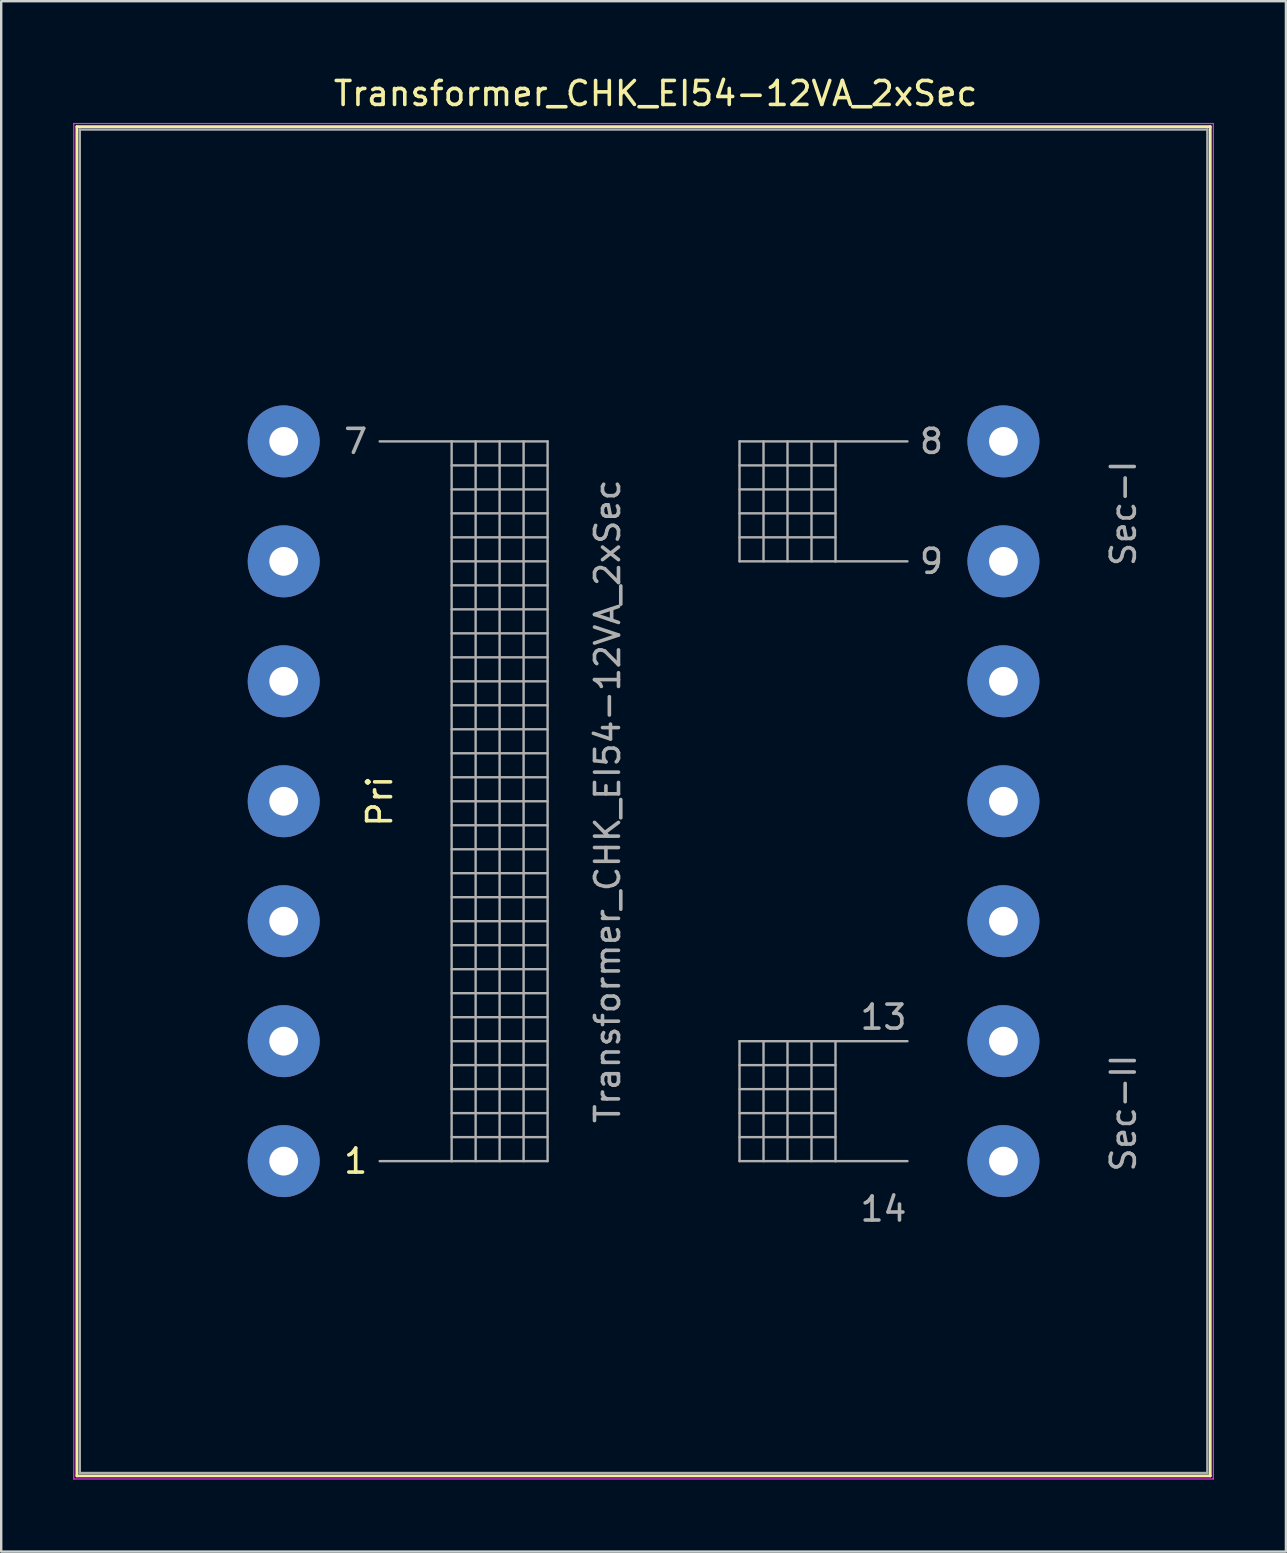
<source format=kicad_pcb>
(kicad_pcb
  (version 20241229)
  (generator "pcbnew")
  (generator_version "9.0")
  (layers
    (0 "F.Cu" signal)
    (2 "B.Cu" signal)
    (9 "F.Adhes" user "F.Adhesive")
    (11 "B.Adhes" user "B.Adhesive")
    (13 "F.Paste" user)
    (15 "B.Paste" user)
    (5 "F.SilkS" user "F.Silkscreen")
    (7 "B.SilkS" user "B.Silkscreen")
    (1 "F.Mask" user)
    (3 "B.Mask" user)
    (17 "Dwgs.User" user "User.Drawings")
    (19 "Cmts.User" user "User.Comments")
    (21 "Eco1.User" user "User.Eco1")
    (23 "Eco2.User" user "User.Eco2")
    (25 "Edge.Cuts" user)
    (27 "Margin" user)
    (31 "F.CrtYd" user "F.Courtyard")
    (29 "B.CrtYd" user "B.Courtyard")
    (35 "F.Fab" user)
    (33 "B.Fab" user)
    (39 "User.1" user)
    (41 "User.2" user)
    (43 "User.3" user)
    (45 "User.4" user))
  (footprint "Transformer_CHK_EI54-12VA_2xSec"
    (layer "F.Cu")
    (at 8.775 45.348)
    (property "Reference" "Transformer_CHK_EI54-12VA_2xSec" (at 15.5 -44.5 0) (layer "F.SilkS") (effects (font (size 1 1) (thickness 0.15))))
    (attr through_hole)
    (fp_line (start -8.62 -43.12) (end -8.62 13.12) (stroke (width 0.12) (type solid)) (layer "F.SilkS"))
    (fp_line (start -8.62 -43.12) (end 38.62 -43.12) (stroke (width 0.12) (type solid)) (layer "F.SilkS"))
    (fp_line (start 38.62 13.12) (end -8.62 13.12) (stroke (width 0.12) (type solid)) (layer "F.SilkS"))
    (fp_line (start 38.62 13.12) (end 38.62 -43.12) (stroke (width 0.12) (type solid)) (layer "F.SilkS"))
    (fp_line (start -8.75 -43.25) (end -8.75 13.25) (stroke (width 0.05) (type solid)) (layer "F.CrtYd"))
    (fp_line (start -8.75 -43.25) (end 38.75 -43.25) (stroke (width 0.05) (type solid)) (layer "F.CrtYd"))
    (fp_line (start 38.75 13.25) (end -8.75 13.25) (stroke (width 0.05) (type solid)) (layer "F.CrtYd"))
    (fp_line (start 38.75 13.25) (end 38.75 -43.25) (stroke (width 0.05) (type solid)) (layer "F.CrtYd"))
    (fp_line (start -8.5 -43) (end -8.5 13) (stroke (width 0.1) (type solid)) (layer "F.Fab"))
    (fp_line (start -8.5 13) (end 38.5 13) (stroke (width 0.1) (type solid)) (layer "F.Fab"))
    (fp_line (start 4 -30) (end 7 -30) (stroke (width 0.1) (type solid)) (layer "F.Fab"))
    (fp_line (start 7 -30) (end 7 0) (stroke (width 0.1) (type solid)) (layer "F.Fab"))
    (fp_line (start 7 -30) (end 11 -30) (stroke (width 0.1) (type solid)) (layer "F.Fab"))
    (fp_line (start 7 -29) (end 11 -29) (stroke (width 0.1) (type solid)) (layer "F.Fab"))
    (fp_line (start 7 -27) (end 11 -27) (stroke (width 0.1) (type solid)) (layer "F.Fab"))
    (fp_line (start 7 -25) (end 11 -25) (stroke (width 0.1) (type solid)) (layer "F.Fab"))
    (fp_line (start 7 -23) (end 11 -23) (stroke (width 0.1) (type solid)) (layer "F.Fab"))
    (fp_line (start 7 -21) (end 11 -21) (stroke (width 0.1) (type solid)) (layer "F.Fab"))
    (fp_line (start 7 -19) (end 11 -19) (stroke (width 0.1) (type solid)) (layer "F.Fab"))
    (fp_line (start 7 -17) (end 11 -17) (stroke (width 0.1) (type solid)) (layer "F.Fab"))
    (fp_line (start 7 -15) (end 11 -15) (stroke (width 0.1) (type solid)) (layer "F.Fab"))
    (fp_line (start 7 -13) (end 11 -13) (stroke (width 0.1) (type solid)) (layer "F.Fab"))
    (fp_line (start 7 -11) (end 11 -11) (stroke (width 0.1) (type solid)) (layer "F.Fab"))
    (fp_line (start 7 -9) (end 11 -9) (stroke (width 0.1) (type solid)) (layer "F.Fab"))
    (fp_line (start 7 -7) (end 11 -7) (stroke (width 0.1) (type solid)) (layer "F.Fab"))
    (fp_line (start 7 -5) (end 11 -5) (stroke (width 0.1) (type solid)) (layer "F.Fab"))
    (fp_line (start 7 -4) (end 7 -3) (stroke (width 0.1) (type solid)) (layer "F.Fab"))
    (fp_line (start 7 -3) (end 11 -3) (stroke (width 0.1) (type solid)) (layer "F.Fab"))
    (fp_line (start 7 -1) (end 11 -1) (stroke (width 0.1) (type solid)) (layer "F.Fab"))
    (fp_line (start 7 0) (end 4 0) (stroke (width 0.1) (type solid)) (layer "F.Fab"))
    (fp_line (start 8 -30) (end 8 0) (stroke (width 0.1) (type solid)) (layer "F.Fab"))
    (fp_line (start 9 -30) (end 9 0) (stroke (width 0.1) (type solid)) (layer "F.Fab"))
    (fp_line (start 10 -12) (end 7 -12) (stroke (width 0.1) (type solid)) (layer "F.Fab"))
    (fp_line (start 10 -12) (end 11 -12) (stroke (width 0.1) (type solid)) (layer "F.Fab"))
    (fp_line (start 10 0) (end 10 -30) (stroke (width 0.1) (type solid)) (layer "F.Fab"))
    (fp_line (start 11 -30) (end 11 0) (stroke (width 0.1) (type solid)) (layer "F.Fab"))
    (fp_line (start 11 -28) (end 7 -28) (stroke (width 0.1) (type solid)) (layer "F.Fab"))
    (fp_line (start 11 -26) (end 7 -26) (stroke (width 0.1) (type solid)) (layer "F.Fab"))
    (fp_line (start 11 -24) (end 7 -24) (stroke (width 0.1) (type solid)) (layer "F.Fab"))
    (fp_line (start 11 -22) (end 7 -22) (stroke (width 0.1) (type solid)) (layer "F.Fab"))
    (fp_line (start 11 -20) (end 7 -20) (stroke (width 0.1) (type solid)) (layer "F.Fab"))
    (fp_line (start 11 -18) (end 7 -18) (stroke (width 0.1) (type solid)) (layer "F.Fab"))
    (fp_line (start 11 -16) (end 7 -16) (stroke (width 0.1) (type solid)) (layer "F.Fab"))
    (fp_line (start 11 -14) (end 7 -14) (stroke (width 0.1) (type solid)) (layer "F.Fab"))
    (fp_line (start 11 -10) (end 7 -10) (stroke (width 0.1) (type solid)) (layer "F.Fab"))
    (fp_line (start 11 -8) (end 7 -8) (stroke (width 0.1) (type solid)) (layer "F.Fab"))
    (fp_line (start 11 -6) (end 7 -6) (stroke (width 0.1) (type solid)) (layer "F.Fab"))
    (fp_line (start 11 -4) (end 7 -4) (stroke (width 0.1) (type solid)) (layer "F.Fab"))
    (fp_line (start 11 -2) (end 7 -2) (stroke (width 0.1) (type solid)) (layer "F.Fab"))
    (fp_line (start 11 0) (end 7 0) (stroke (width 0.1) (type solid)) (layer "F.Fab"))
    (fp_line (start 19 -30) (end 19 -25) (stroke (width 0.1) (type solid)) (layer "F.Fab"))
    (fp_line (start 19 -29) (end 23 -29) (stroke (width 0.1) (type solid)) (layer "F.Fab"))
    (fp_line (start 19 -27) (end 23 -27) (stroke (width 0.1) (type solid)) (layer "F.Fab"))
    (fp_line (start 19 -25) (end 23 -25) (stroke (width 0.1) (type solid)) (layer "F.Fab"))
    (fp_line (start 19 -5) (end 19 0) (stroke (width 0.1) (type solid)) (layer "F.Fab"))
    (fp_line (start 19 -4) (end 23 -4) (stroke (width 0.1) (type solid)) (layer "F.Fab"))
    (fp_line (start 19 -2) (end 23 -2) (stroke (width 0.1) (type solid)) (layer "F.Fab"))
    (fp_line (start 19 0) (end 23 0) (stroke (width 0.1) (type solid)) (layer "F.Fab"))
    (fp_line (start 20 -30) (end 20 -25) (stroke (width 0.1) (type solid)) (layer "F.Fab"))
    (fp_line (start 20 -5) (end 20 0) (stroke (width 0.1) (type solid)) (layer "F.Fab"))
    (fp_line (start 21 -30) (end 21 -25) (stroke (width 0.1) (type solid)) (layer "F.Fab"))
    (fp_line (start 21 -5) (end 21 0) (stroke (width 0.1) (type solid)) (layer "F.Fab"))
    (fp_line (start 22 -30) (end 22 -25) (stroke (width 0.1) (type solid)) (layer "F.Fab"))
    (fp_line (start 22 -5) (end 22 0) (stroke (width 0.1) (type solid)) (layer "F.Fab"))
    (fp_line (start 23 -30) (end 19 -30) (stroke (width 0.1) (type solid)) (layer "F.Fab"))
    (fp_line (start 23 -30) (end 23 -25) (stroke (width 0.1) (type solid)) (layer "F.Fab"))
    (fp_line (start 23 -28) (end 19 -28) (stroke (width 0.1) (type solid)) (layer "F.Fab"))
    (fp_line (start 23 -26) (end 19 -26) (stroke (width 0.1) (type solid)) (layer "F.Fab"))
    (fp_line (start 23 -25) (end 26 -25) (stroke (width 0.1) (type solid)) (layer "F.Fab"))
    (fp_line (start 23 -5) (end 19 -5) (stroke (width 0.1) (type solid)) (layer "F.Fab"))
    (fp_line (start 23 -5) (end 23 0) (stroke (width 0.1) (type solid)) (layer "F.Fab"))
    (fp_line (start 23 -3) (end 19 -3) (stroke (width 0.1) (type solid)) (layer "F.Fab"))
    (fp_line (start 23 -1) (end 19 -1) (stroke (width 0.1) (type solid)) (layer "F.Fab"))
    (fp_line (start 23 0) (end 26 0) (stroke (width 0.1) (type solid)) (layer "F.Fab"))
    (fp_line (start 26 -30) (end 23 -30) (stroke (width 0.1) (type solid)) (layer "F.Fab"))
    (fp_line (start 26 -5) (end 23 -5) (stroke (width 0.1) (type solid)) (layer "F.Fab"))
    (fp_line (start 38.5 -43) (end -8.5 -43) (stroke (width 0.1) (type solid)) (layer "F.Fab"))
    (fp_line (start 38.5 13) (end 38.5 -43) (stroke (width 0.1) (type solid)) (layer "F.Fab"))
    (fp_text user "1" (at 3 0 0) (layer "F.SilkS") (effects (font (size 1 1) (thickness 0.15))))
    (fp_text user "Pri" (at 4 -15 90) (layer "F.SilkS") (effects (font (size 1 1) (thickness 0.15))))
    (fp_text user "14" (at 25 2 0) (layer "F.Fab") (effects (font (size 1 1) (thickness 0.15))))
    (fp_text user "${REFERENCE}" (at 13.5 -15 90) (layer "F.Fab") (effects (font (size 1 1) (thickness 0.15))))
    (fp_text user "9" (at 27 -25 0) (layer "F.Fab") (effects (font (size 1 1) (thickness 0.15))))
    (fp_text user "7" (at 3 -30 0) (layer "F.Fab") (effects (font (size 1 1) (thickness 0.15))))
    (fp_text user "8" (at 27 -30 0) (layer "F.Fab") (effects (font (size 1 1) (thickness 0.15))))
    (fp_text user "Sec-II" (at 35 -2 90) (layer "F.Fab") (effects (font (size 1 1) (thickness 0.15))))
    (fp_text user "Sec-I" (at 35 -27 90) (layer "F.Fab") (effects (font (size 1 1) (thickness 0.15))))
    (fp_text user "13" (at 25 -6 0) (layer "F.Fab") (effects (font (size 1 1) (thickness 0.15))))
    (pad "1" thru_hole circle (at 0 0) (size 3 3) (drill 1.2) (layers "*.Cu" "*.Mask"))
    (pad "2" thru_hole circle (at 0 -5) (size 3 3) (drill 1.2) (layers "*.Cu" "*.Mask"))
    (pad "3" thru_hole circle (at 0 -10) (size 3 3) (drill 1.2) (layers "*.Cu" "*.Mask"))
    (pad "4" thru_hole circle (at 0 -15) (size 3 3) (drill 1.2) (layers "*.Cu" "*.Mask"))
    (pad "5" thru_hole circle (at 0 -20) (size 3 3) (drill 1.2) (layers "*.Cu" "*.Mask"))
    (pad "6" thru_hole circle (at 0 -25) (size 3 3) (drill 1.2) (layers "*.Cu" "*.Mask"))
    (pad "7" thru_hole circle (at 0 -30) (size 3 3) (drill 1.2) (layers "*.Cu" "*.Mask"))
    (pad "8" thru_hole circle (at 30 -30) (size 3 3) (drill 1.2) (layers "*.Cu" "*.Mask"))
    (pad "9" thru_hole circle (at 30 -25) (size 3 3) (drill 1.2) (layers "*.Cu" "*.Mask"))
    (pad "10" thru_hole circle (at 30 -20) (size 3 3) (drill 1.2) (layers "*.Cu" "*.Mask"))
    (pad "11" thru_hole circle (at 30 -15) (size 3 3) (drill 1.2) (layers "*.Cu" "*.Mask"))
    (pad "12" thru_hole circle (at 30 -10) (size 3 3) (drill 1.2) (layers "*.Cu" "*.Mask"))
    (pad "13" thru_hole circle (at 30 -5) (size 3 3) (drill 1.2) (layers "*.Cu" "*.Mask"))
    (pad "14" thru_hole circle (at 30 0) (size 3 3) (drill 1.2) (layers "*.Cu" "*.Mask")))
  (gr_rect
    (start -3 -3)
    (end 50.55 61.623)
    (stroke (width 0.1) (type default))
    (fill no)
    (layer "Edge.Cuts")))
</source>
